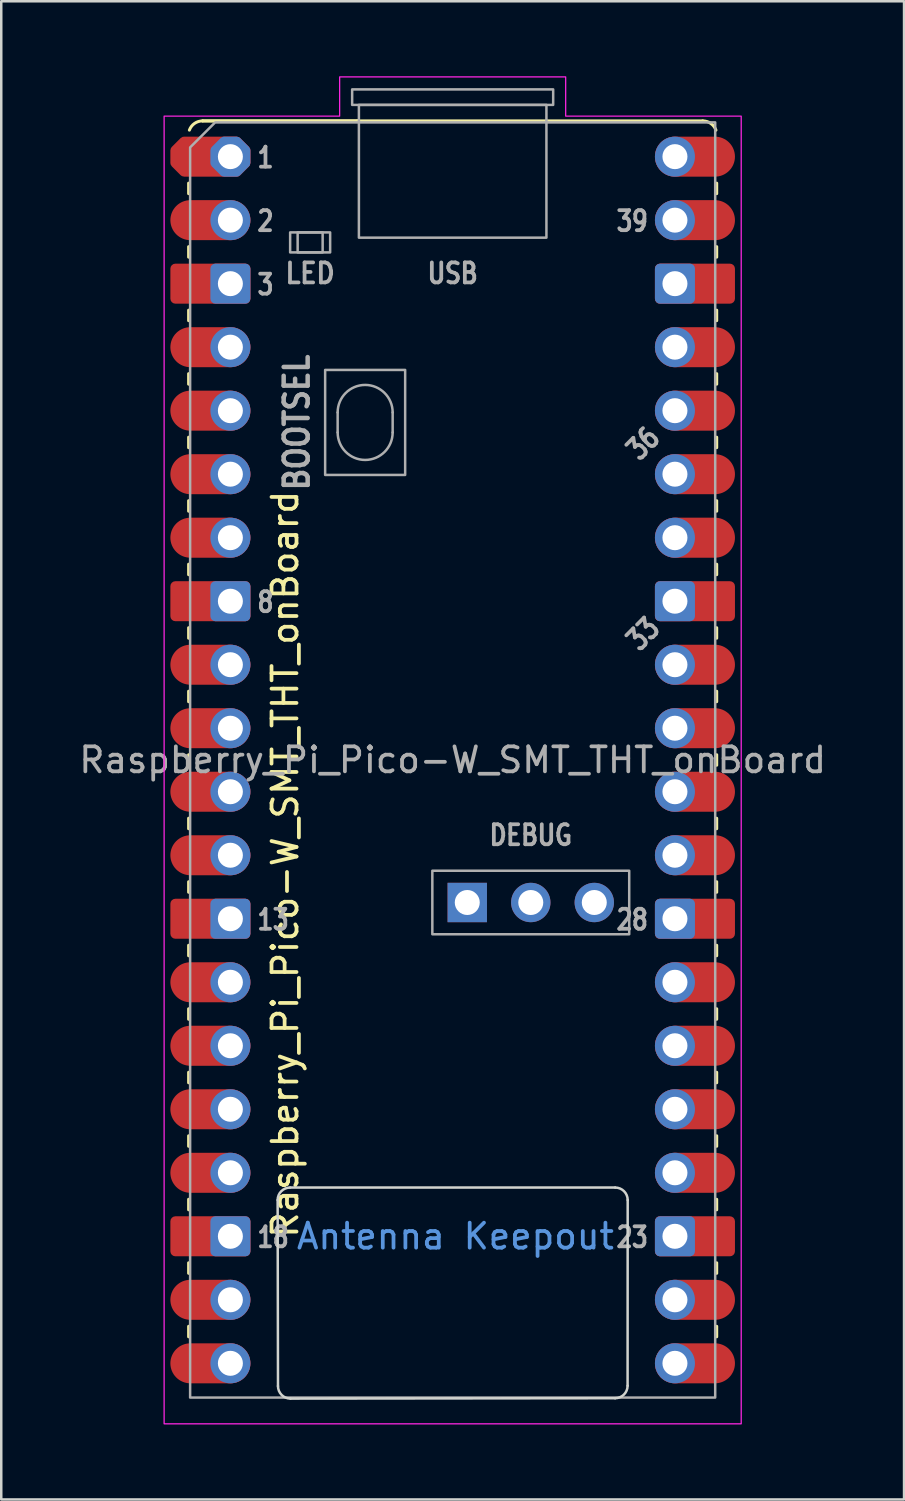
<source format=kicad_pcb>
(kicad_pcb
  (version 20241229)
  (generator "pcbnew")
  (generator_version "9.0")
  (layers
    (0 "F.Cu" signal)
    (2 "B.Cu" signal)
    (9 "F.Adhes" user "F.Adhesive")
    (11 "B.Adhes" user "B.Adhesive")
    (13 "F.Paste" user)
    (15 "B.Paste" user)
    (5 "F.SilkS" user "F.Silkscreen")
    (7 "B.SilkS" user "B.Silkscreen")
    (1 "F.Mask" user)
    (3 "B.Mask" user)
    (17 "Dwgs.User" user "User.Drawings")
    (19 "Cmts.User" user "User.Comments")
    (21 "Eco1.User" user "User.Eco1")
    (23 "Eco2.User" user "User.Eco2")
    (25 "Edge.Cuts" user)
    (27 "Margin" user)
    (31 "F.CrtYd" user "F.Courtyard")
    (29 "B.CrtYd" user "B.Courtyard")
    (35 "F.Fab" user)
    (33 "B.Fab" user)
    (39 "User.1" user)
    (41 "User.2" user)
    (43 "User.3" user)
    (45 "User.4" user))
  (footprint "Raspberry_Pi_Pico-W_SMT_THT_onBoard"
    (layer "F.Cu")
    (at 6.164 3.215)
    (property "Reference" "Raspberry_Pi_Pico-W_SMT_THT_onBoard" (at 2.19 28.3 270) (layer "F.SilkS") (effects (font (size 1 1) (thickness 0.15))))
    (attr through_hole)
    (fp_line (start -1.67 1.06) (end -1.67 1.48) (stroke (width 0.12) (type solid)) (layer "F.SilkS"))
    (fp_line (start -1.67 3.6) (end -1.67 4.02) (stroke (width 0.12) (type solid)) (layer "F.SilkS"))
    (fp_line (start -1.67 6.14) (end -1.67 6.56) (stroke (width 0.12) (type solid)) (layer "F.SilkS"))
    (fp_line (start -1.67 8.68) (end -1.67 9.1) (stroke (width 0.12) (type solid)) (layer "F.SilkS"))
    (fp_line (start -1.67 11.22) (end -1.67 11.64) (stroke (width 0.12) (type solid)) (layer "F.SilkS"))
    (fp_line (start -1.67 13.76) (end -1.67 14.18) (stroke (width 0.12) (type solid)) (layer "F.SilkS"))
    (fp_line (start -1.67 16.3) (end -1.67 16.72) (stroke (width 0.12) (type solid)) (layer "F.SilkS"))
    (fp_line (start -1.67 18.84) (end -1.67 19.26) (stroke (width 0.12) (type solid)) (layer "F.SilkS"))
    (fp_line (start -1.67 21.38) (end -1.67 21.8) (stroke (width 0.12) (type solid)) (layer "F.SilkS"))
    (fp_line (start -1.67 23.92) (end -1.67 24.34) (stroke (width 0.12) (type solid)) (layer "F.SilkS"))
    (fp_line (start -1.67 26.46) (end -1.67 26.88) (stroke (width 0.12) (type solid)) (layer "F.SilkS"))
    (fp_line (start -1.67 29) (end -1.67 29.42) (stroke (width 0.12) (type solid)) (layer "F.SilkS"))
    (fp_line (start -1.67 31.54) (end -1.67 31.96) (stroke (width 0.12) (type solid)) (layer "F.SilkS"))
    (fp_line (start -1.67 34.08) (end -1.67 34.5) (stroke (width 0.12) (type solid)) (layer "F.SilkS"))
    (fp_line (start -1.67 36.62) (end -1.67 37.04) (stroke (width 0.12) (type solid)) (layer "F.SilkS"))
    (fp_line (start -1.67 39.16) (end -1.67 39.58) (stroke (width 0.12) (type solid)) (layer "F.SilkS"))
    (fp_line (start -1.67 41.7) (end -1.67 42.12) (stroke (width 0.12) (type solid)) (layer "F.SilkS"))
    (fp_line (start -1.67 44.24) (end -1.67 44.66) (stroke (width 0.12) (type solid)) (layer "F.SilkS"))
    (fp_line (start -1.67 46.78) (end -1.67 47.2) (stroke (width 0.12) (type solid)) (layer "F.SilkS"))
    (fp_line (start -1.11 -1.43) (end 5.08 -1.43) (stroke (width 0.12) (type solid)) (layer "F.SilkS"))
    (fp_line (start 5.08 -1.43) (end -1.11 -1.43) (stroke (width 0.12) (type solid)) (layer "F.SilkS"))
    (fp_line (start 18.89 -1.43) (end 5.08 -1.43) (stroke (width 0.12) (type solid)) (layer "F.SilkS"))
    (fp_line (start 19.45 1.06) (end 19.45 1.48) (stroke (width 0.12) (type solid)) (layer "F.SilkS"))
    (fp_line (start 19.45 3.6) (end 19.45 4.02) (stroke (width 0.12) (type solid)) (layer "F.SilkS"))
    (fp_line (start 19.45 6.14) (end 19.45 6.56) (stroke (width 0.12) (type solid)) (layer "F.SilkS"))
    (fp_line (start 19.45 8.68) (end 19.45 9.1) (stroke (width 0.12) (type solid)) (layer "F.SilkS"))
    (fp_line (start 19.45 11.22) (end 19.45 11.64) (stroke (width 0.12) (type solid)) (layer "F.SilkS"))
    (fp_line (start 19.45 13.76) (end 19.45 14.18) (stroke (width 0.12) (type solid)) (layer "F.SilkS"))
    (fp_line (start 19.45 16.3) (end 19.45 16.72) (stroke (width 0.12) (type solid)) (layer "F.SilkS"))
    (fp_line (start 19.45 18.84) (end 19.45 19.26) (stroke (width 0.12) (type solid)) (layer "F.SilkS"))
    (fp_line (start 19.45 21.38) (end 19.45 21.8) (stroke (width 0.12) (type solid)) (layer "F.SilkS"))
    (fp_line (start 19.45 23.92) (end 19.45 24.34) (stroke (width 0.12) (type solid)) (layer "F.SilkS"))
    (fp_line (start 19.45 26.46) (end 19.45 26.88) (stroke (width 0.12) (type solid)) (layer "F.SilkS"))
    (fp_line (start 19.45 29) (end 19.45 29.42) (stroke (width 0.12) (type solid)) (layer "F.SilkS"))
    (fp_line (start 19.45 31.54) (end 19.45 31.96) (stroke (width 0.12) (type solid)) (layer "F.SilkS"))
    (fp_line (start 19.45 34.08) (end 19.45 34.5) (stroke (width 0.12) (type solid)) (layer "F.SilkS"))
    (fp_line (start 19.45 36.62) (end 19.45 37.04) (stroke (width 0.12) (type solid)) (layer "F.SilkS"))
    (fp_line (start 19.45 39.16) (end 19.45 39.58) (stroke (width 0.12) (type solid)) (layer "F.SilkS"))
    (fp_line (start 19.45 41.7) (end 19.45 42.12) (stroke (width 0.12) (type solid)) (layer "F.SilkS"))
    (fp_line (start 19.45 44.24) (end 19.45 44.66) (stroke (width 0.12) (type solid)) (layer "F.SilkS"))
    (fp_line (start 19.45 46.78) (end 19.45 47.2) (stroke (width 0.12) (type solid)) (layer "F.SilkS"))
    (fp_arc (start -1.64 -1.06) (mid -1.433508 -1.328808) (end -1.11 -1.43) (stroke (width 0.12) (type solid)) (layer "F.SilkS"))
    (fp_arc (start 18.89 -1.43) (mid 19.213508 -1.328809) (end 19.42 -1.06) (stroke (width 0.12) (type solid)) (layer "F.SilkS"))
    (fp_line (start 1.904 49.171) (end 1.89 41.73) (stroke (width 0.1) (type solid)) (layer "Edge.Cuts"))
    (fp_line (start 2.39 41.23) (end 15.39 41.23) (stroke (width 0.1) (type solid)) (layer "Edge.Cuts"))
    (fp_line (start 2.404 49.671) (end 15.386 49.656) (stroke (width 0.1) (type solid)) (layer "Edge.Cuts"))
    (fp_line (start 15.89 41.73) (end 15.886 49.156) (stroke (width 0.1) (type solid)) (layer "Edge.Cuts"))
    (fp_arc (start 1.89 41.73) (mid 2.036447 41.376447) (end 2.39 41.23) (stroke (width 0.1) (type solid)) (layer "Edge.Cuts"))
    (fp_arc (start 2.403553 49.671447) (mid 2.05 49.525) (end 1.903553 49.171447) (stroke (width 0.1) (type solid)) (layer "Edge.Cuts"))
    (fp_arc (start 15.39 41.23) (mid 15.743553 41.376447) (end 15.89 41.73) (stroke (width 0.1) (type solid)) (layer "Edge.Cuts"))
    (fp_arc (start 15.886447 49.156447) (mid 15.74 49.51) (end 15.386447 49.656447) (stroke (width 0.1) (type solid)) (layer "Edge.Cuts"))
    (fp_poly (pts (xy 13.41 -1.62) (xy 20.43 -1.62) (xy 20.43 50.68) (xy -2.65 50.68) (xy -2.65 -1.62) (xy 4.37 -1.62) (xy 4.37 -3.19) (xy 13.41 -3.19)) (stroke (width 0.05) (type solid)) (fill no) (layer "F.CrtYd"))
    (fp_line (start 4.29 10.23) (end 4.29 11.03) (stroke (width 0.1) (type solid)) (layer "F.Fab"))
    (fp_line (start 6.49 10.23) (end 6.49 11.03) (stroke (width 0.1) (type solid)) (layer "F.Fab"))
    (fp_rect (start 2.39 3.03) (end 3.99 3.83) (stroke (width 0.1) (type solid)) (fill no) (layer "F.Fab"))
    (fp_rect (start 2.69 3.03) (end 3.69 3.83) (stroke (width 0.1) (type solid)) (fill no) (layer "F.Fab"))
    (fp_rect (start 3.79 8.53) (end 6.99 12.73) (stroke (width 0.1) (type solid)) (fill no) (layer "F.Fab"))
    (fp_rect (start 4.87 -2.69) (end 12.91 -2.07) (stroke (width 0.1) (type solid)) (fill no) (layer "F.Fab"))
    (fp_rect (start 5.14 -2.07) (end 12.64 3.24) (stroke (width 0.1) (type solid)) (fill no) (layer "F.Fab"))
    (fp_rect (start 8.077 28.56) (end 15.951 31.1) (stroke (width 0.1) (type solid)) (fill no) (layer "F.Fab"))
    (fp_arc (start 4.29 10.23) (mid 5.39 9.13) (end 6.49 10.23) (stroke (width 0.1) (type solid)) (layer "F.Fab"))
    (fp_arc (start 6.49 11.03) (mid 5.39 12.13) (end 4.29 11.03) (stroke (width 0.1) (type solid)) (layer "F.Fab"))
    (fp_poly (pts (xy 19.39 49.63) (xy -1.61 49.63) (xy -1.61 -0.37) (xy -0.61 -1.37) (xy 19.39 -1.37)) (stroke (width 0.1) (type solid)) (fill no) (layer "F.Fab"))
    (fp_text user "Antenna Keepout" (at 9 43.18 0) (unlocked yes) (layer "Cmts.User") (effects (font (size 1 1) (thickness 0.15))))
    (fp_text user "DEBUG" (at 12.014 27.138 0) (unlocked yes) (layer "F.Fab") (effects (font (size 0.8 0.66) (thickness 0.15))))
    (fp_text user "36" (at 16.51 11.468 45) (unlocked yes) (layer "F.Fab") (effects (font (size 0.8 0.64) (thickness 0.15))))
    (fp_text user "18" (at 1 43.218 0) (unlocked yes) (layer "F.Fab") (effects (font (size 0.8 0.64) (thickness 0.15)) (justify left)))
    (fp_text user "33" (at 16.51 19.088 45) (unlocked yes) (layer "F.Fab") (effects (font (size 0.8 0.64) (thickness 0.15))))
    (fp_text user "2" (at 1 2.578 0) (unlocked yes) (layer "F.Fab") (effects (font (size 0.8 0.64) (thickness 0.15)) (justify left)))
    (fp_text user "USB" (at 8.89 4.668 0) (unlocked yes) (layer "F.Fab") (effects (font (size 0.8 0.66) (thickness 0.15))))
    (fp_text user "28" (at 16.78 30.518 0) (unlocked yes) (layer "F.Fab") (effects (font (size 0.8 0.64) (thickness 0.15)) (justify right)))
    (fp_text user "LED" (at 3.19 4.668 0) (unlocked yes) (layer "F.Fab") (effects (font (size 0.8 0.72) (thickness 0.15))))
    (fp_text user "1" (at 1 0.038 0) (unlocked yes) (layer "F.Fab") (effects (font (size 0.8 0.64) (thickness 0.15)) (justify left)))
    (fp_text user "${REFERENCE}" (at 8.89 24.13 0) (unlocked yes) (layer "F.Fab") (effects (font (size 1 1) (thickness 0.15))))
    (fp_text user "23" (at 16.78 43.218 0) (unlocked yes) (layer "F.Fab") (effects (font (size 0.8 0.64) (thickness 0.15)) (justify right)))
    (fp_text user "BOOTSEL" (at 2.656 10.63 90) (unlocked yes) (layer "F.Fab") (effects (font (size 0.96 0.825) (thickness 0.18))))
    (fp_text user "13" (at 1 30.518 0) (unlocked yes) (layer "F.Fab") (effects (font (size 0.8 0.64) (thickness 0.15)) (justify left)))
    (fp_text user "8" (at 1 17.818 0) (unlocked yes) (layer "F.Fab") (effects (font (size 0.8 0.64) (thickness 0.15)) (justify left)))
    (fp_text user "3" (at 1 5.118 0) (unlocked yes) (layer "F.Fab") (effects (font (size 0.8 0.64) (thickness 0.15)) (justify left)))
    (fp_text user "39" (at 16.78 2.578 0) (unlocked yes) (layer "F.Fab") (effects (font (size 0.8 0.64) (thickness 0.15)) (justify right)))
    (pad "1" smd custom (at -1.6 0) (size 1.6 1.6) (layers "F.Cu" "F.Mask") (options (anchor circle)) (primitives (gr_poly (pts (xy 2.2 0.249) (xy 1.849 0.6) (xy -0.249 0.6) (xy -0.6 0.249) (xy -0.6 -0.249) (xy -0.249 -0.6) (xy 1.849 -0.6) (xy 2.2 -0.249)) (width 0.4) (fill yes))))
    (pad "1" thru_hole custom (at 0 0) (size 1.6 1.6) (drill 1) (layers "*.Cu" "*.Mask") (options (anchor circle)) (primitives (gr_poly (pts (xy 0.6 0.249) (xy 0.249 0.6) (xy -0.249 0.6) (xy -0.6 0.249) (xy -0.6 -0.249) (xy -0.249 -0.6) (xy 0.249 -0.6) (xy 0.6 -0.249)) (width 0.4) (fill yes))))
    (pad "2" smd oval (at -1.6 2.54) (size 3.2 1.6) (drill (offset 0.8 0)) (layers "F.Cu" "F.Mask"))
    (pad "2" thru_hole circle (at 0 2.54) (size 1.6 1.6) (drill 1) (layers "*.Cu" "*.Mask"))
    (pad "3" smd roundrect (at -1.6 5.08) (size 3.2 1.6) (drill (offset 0.8 0)) (layers "F.Cu" "F.Mask") (roundrect_rratio 0.125))
    (pad "3" thru_hole roundrect (at 0 5.08) (size 1.6 1.6) (drill 1) (layers "*.Cu" "*.Mask") (roundrect_rratio 0.125))
    (pad "4" smd oval (at -1.6 7.62) (size 3.2 1.6) (drill (offset 0.8 0)) (layers "F.Cu" "F.Mask"))
    (pad "4" thru_hole circle (at 0 7.62) (size 1.6 1.6) (drill 1) (layers "*.Cu" "*.Mask"))
    (pad "5" smd oval (at -1.6 10.16) (size 3.2 1.6) (drill (offset 0.8 0)) (layers "F.Cu" "F.Mask"))
    (pad "5" thru_hole circle (at 0 10.16) (size 1.6 1.6) (drill 1) (layers "*.Cu" "*.Mask"))
    (pad "6" smd oval (at -1.6 12.7) (size 3.2 1.6) (drill (offset 0.8 0)) (layers "F.Cu" "F.Mask"))
    (pad "6" thru_hole circle (at 0 12.7) (size 1.6 1.6) (drill 1) (layers "*.Cu" "*.Mask"))
    (pad "7" smd oval (at -1.6 15.24) (size 3.2 1.6) (drill (offset 0.8 0)) (layers "F.Cu" "F.Mask"))
    (pad "7" thru_hole circle (at 0 15.24) (size 1.6 1.6) (drill 1) (layers "*.Cu" "*.Mask"))
    (pad "8" smd roundrect (at -1.6 17.78) (size 3.2 1.6) (drill (offset 0.8 0)) (layers "F.Cu" "F.Mask") (roundrect_rratio 0.125))
    (pad "8" thru_hole roundrect (at 0 17.78) (size 1.6 1.6) (drill 1) (layers "*.Cu" "*.Mask") (roundrect_rratio 0.125))
    (pad "9" smd oval (at -1.6 20.32) (size 3.2 1.6) (drill (offset 0.8 0)) (layers "F.Cu" "F.Mask"))
    (pad "9" thru_hole circle (at 0 20.32) (size 1.6 1.6) (drill 1) (layers "*.Cu" "*.Mask"))
    (pad "10" smd oval (at -1.6 22.86) (size 3.2 1.6) (drill (offset 0.8 0)) (layers "F.Cu" "F.Mask"))
    (pad "10" thru_hole circle (at 0 22.86) (size 1.6 1.6) (drill 1) (layers "*.Cu" "*.Mask"))
    (pad "11" smd oval (at -1.6 25.4) (size 3.2 1.6) (drill (offset 0.8 0)) (layers "F.Cu" "F.Mask"))
    (pad "11" thru_hole circle (at 0 25.4) (size 1.6 1.6) (drill 1) (layers "*.Cu" "*.Mask"))
    (pad "12" smd oval (at -1.6 27.94) (size 3.2 1.6) (drill (offset 0.8 0)) (layers "F.Cu" "F.Mask"))
    (pad "12" thru_hole circle (at 0 27.94) (size 1.6 1.6) (drill 1) (layers "*.Cu" "*.Mask"))
    (pad "13" smd roundrect (at -1.6 30.48) (size 3.2 1.6) (drill (offset 0.8 0)) (layers "F.Cu" "F.Mask") (roundrect_rratio 0.125))
    (pad "13" thru_hole roundrect (at 0 30.48) (size 1.6 1.6) (drill 1) (layers "*.Cu" "*.Mask") (roundrect_rratio 0.125))
    (pad "14" smd oval (at -1.6 33.02) (size 3.2 1.6) (drill (offset 0.8 0)) (layers "F.Cu" "F.Mask"))
    (pad "14" thru_hole circle (at 0 33.02) (size 1.6 1.6) (drill 1) (layers "*.Cu" "*.Mask"))
    (pad "15" smd oval (at -1.6 35.56) (size 3.2 1.6) (drill (offset 0.8 0)) (layers "F.Cu" "F.Mask"))
    (pad "15" thru_hole circle (at 0 35.56) (size 1.6 1.6) (drill 1) (layers "*.Cu" "*.Mask"))
    (pad "16" smd oval (at -1.6 38.1) (size 3.2 1.6) (drill (offset 0.8 0)) (layers "F.Cu" "F.Mask"))
    (pad "16" thru_hole circle (at 0 38.1) (size 1.6 1.6) (drill 1) (layers "*.Cu" "*.Mask"))
    (pad "17" smd oval (at -1.6 40.64) (size 3.2 1.6) (drill (offset 0.8 0)) (layers "F.Cu" "F.Mask"))
    (pad "17" thru_hole circle (at 0 40.64) (size 1.6 1.6) (drill 1) (layers "*.Cu" "*.Mask"))
    (pad "18" smd roundrect (at -1.6 43.18) (size 3.2 1.6) (drill (offset 0.8 0)) (layers "F.Cu" "F.Mask") (roundrect_rratio 0.125))
    (pad "18" thru_hole roundrect (at 0 43.18) (size 1.6 1.6) (drill 1) (layers "*.Cu" "*.Mask") (roundrect_rratio 0.125))
    (pad "19" smd oval (at -1.6 45.72) (size 3.2 1.6) (drill (offset 0.8 0)) (layers "F.Cu" "F.Mask"))
    (pad "19" thru_hole circle (at 0 45.72) (size 1.6 1.6) (drill 1) (layers "*.Cu" "*.Mask"))
    (pad "20" smd oval (at -1.6 48.26) (size 3.2 1.6) (drill (offset 0.8 0)) (layers "F.Cu" "F.Mask"))
    (pad "20" thru_hole circle (at 0 48.26) (size 1.6 1.6) (drill 1) (layers "*.Cu" "*.Mask"))
    (pad "21" thru_hole circle (at 17.78 48.26) (size 1.6 1.6) (drill 1) (layers "*.Cu" "*.Mask"))
    (pad "21" smd oval (at 19.38 48.26) (size 3.2 1.6) (drill (offset -0.8 0)) (layers "F.Cu" "F.Mask"))
    (pad "22" thru_hole circle (at 17.78 45.72) (size 1.6 1.6) (drill 1) (layers "*.Cu" "*.Mask"))
    (pad "22" smd oval (at 19.38 45.72) (size 3.2 1.6) (drill (offset -0.8 0)) (layers "F.Cu" "F.Mask"))
    (pad "23" thru_hole roundrect (at 17.78 43.18) (size 1.6 1.6) (drill 1) (layers "*.Cu" "*.Mask") (roundrect_rratio 0.125))
    (pad "23" smd roundrect (at 19.38 43.18) (size 3.2 1.6) (drill (offset -0.8 0)) (layers "F.Cu" "F.Mask") (roundrect_rratio 0.125))
    (pad "24" thru_hole circle (at 17.78 40.64) (size 1.6 1.6) (drill 1) (layers "*.Cu" "*.Mask"))
    (pad "24" smd oval (at 19.38 40.64) (size 3.2 1.6) (drill (offset -0.8 0)) (layers "F.Cu" "F.Mask"))
    (pad "25" thru_hole circle (at 17.78 38.1) (size 1.6 1.6) (drill 1) (layers "*.Cu" "*.Mask"))
    (pad "25" smd oval (at 19.38 38.1) (size 3.2 1.6) (drill (offset -0.8 0)) (layers "F.Cu" "F.Mask"))
    (pad "26" thru_hole circle (at 17.78 35.56) (size 1.6 1.6) (drill 1) (layers "*.Cu" "*.Mask"))
    (pad "26" smd oval (at 19.38 35.56) (size 3.2 1.6) (drill (offset -0.8 0)) (layers "F.Cu" "F.Mask"))
    (pad "27" thru_hole circle (at 17.78 33.02) (size 1.6 1.6) (drill 1) (layers "*.Cu" "*.Mask"))
    (pad "27" smd oval (at 19.38 33.02) (size 3.2 1.6) (drill (offset -0.8 0)) (layers "F.Cu" "F.Mask"))
    (pad "28" thru_hole roundrect (at 17.78 30.48) (size 1.6 1.6) (drill 1) (layers "*.Cu" "*.Mask") (roundrect_rratio 0.125))
    (pad "28" smd roundrect (at 19.38 30.48) (size 3.2 1.6) (drill (offset -0.8 0)) (layers "F.Cu" "F.Mask") (roundrect_rratio 0.125))
    (pad "29" thru_hole circle (at 17.78 27.94) (size 1.6 1.6) (drill 1) (layers "*.Cu" "*.Mask"))
    (pad "29" smd oval (at 19.38 27.94) (size 3.2 1.6) (drill (offset -0.8 0)) (layers "F.Cu" "F.Mask"))
    (pad "30" thru_hole circle (at 17.78 25.4) (size 1.6 1.6) (drill 1) (layers "*.Cu" "*.Mask"))
    (pad "30" smd oval (at 19.38 25.4) (size 3.2 1.6) (drill (offset -0.8 0)) (layers "F.Cu" "F.Mask"))
    (pad "31" thru_hole circle (at 17.78 22.86) (size 1.6 1.6) (drill 1) (layers "*.Cu" "*.Mask"))
    (pad "31" smd oval (at 19.38 22.86) (size 3.2 1.6) (drill (offset -0.8 0)) (layers "F.Cu" "F.Mask"))
    (pad "32" thru_hole circle (at 17.78 20.32) (size 1.6 1.6) (drill 1) (layers "*.Cu" "*.Mask"))
    (pad "32" smd oval (at 19.38 20.32) (size 3.2 1.6) (drill (offset -0.8 0)) (layers "F.Cu" "F.Mask"))
    (pad "33" thru_hole roundrect (at 17.78 17.78) (size 1.6 1.6) (drill 1) (layers "*.Cu" "*.Mask") (roundrect_rratio 0.125))
    (pad "33" smd roundrect (at 19.38 17.78) (size 3.2 1.6) (drill (offset -0.8 0)) (layers "F.Cu" "F.Mask") (roundrect_rratio 0.125))
    (pad "34" thru_hole circle (at 17.78 15.24) (size 1.6 1.6) (drill 1) (layers "*.Cu" "*.Mask"))
    (pad "34" smd oval (at 19.38 15.24) (size 3.2 1.6) (drill (offset -0.8 0)) (layers "F.Cu" "F.Mask"))
    (pad "35" thru_hole circle (at 17.78 12.7) (size 1.6 1.6) (drill 1) (layers "*.Cu" "*.Mask"))
    (pad "35" smd oval (at 19.38 12.7) (size 3.2 1.6) (drill (offset -0.8 0)) (layers "F.Cu" "F.Mask"))
    (pad "36" thru_hole circle (at 17.78 10.16) (size 1.6 1.6) (drill 1) (layers "*.Cu" "*.Mask"))
    (pad "36" smd oval (at 19.38 10.16) (size 3.2 1.6) (drill (offset -0.8 0)) (layers "F.Cu" "F.Mask"))
    (pad "37" thru_hole circle (at 17.78 7.62) (size 1.6 1.6) (drill 1) (layers "*.Cu" "*.Mask"))
    (pad "37" smd oval (at 19.38 7.62) (size 3.2 1.6) (drill (offset -0.8 0)) (layers "F.Cu" "F.Mask"))
    (pad "38" thru_hole roundrect (at 17.78 5.08) (size 1.6 1.6) (drill 1) (layers "*.Cu" "*.Mask") (roundrect_rratio 0.125))
    (pad "38" smd roundrect (at 19.38 5.08) (size 3.2 1.6) (drill (offset -0.8 0)) (layers "F.Cu" "F.Mask") (roundrect_rratio 0.125))
    (pad "39" thru_hole circle (at 17.78 2.54) (size 1.6 1.6) (drill 1) (layers "*.Cu" "*.Mask"))
    (pad "39" smd oval (at 19.38 2.54) (size 3.2 1.6) (drill (offset -0.8 0)) (layers "F.Cu" "F.Mask"))
    (pad "40" thru_hole circle (at 17.78 0) (size 1.6 1.6) (drill 1) (layers "*.Cu" "*.Mask"))
    (pad "40" smd oval (at 19.38 0) (size 3.2 1.6) (drill (offset -0.8 0)) (layers "F.Cu" "F.Mask"))
    (pad "41" thru_hole rect (at 9.474 29.83) (size 1.575 1.575) (drill 1) (layers "*.Cu" "*.Mask"))
    (pad "42" thru_hole circle (at 12.014 29.83) (size 1.575 1.575) (drill 1) (layers "*.Cu" "*.Mask"))
    (pad "43" thru_hole circle (at 14.554 29.83) (size 1.575 1.575) (drill 1) (layers "*.Cu" "*.Mask"))
    (zone (net_name "") (layer "F.Cu") (name "Test Point Keepout") (hatch full 0.508) (connect_pads) (min_thickness 0.254) (filled_areas_thickness no) (keepout (tracks not_allowed) (vias not_allowed) (pads allowed) (copperpour not_allowed) (footprints allowed)) (placement (enabled no)) (fill) (polygon (pts (xy 13.604 10.895) (xy 11.504 10.895) (xy 11.504 8.795) (xy 13.604 8.795))))
    (zone (net_name "") (layer "F.Cu") (name "Test Point Keepout") (hatch full 0.508) (connect_pads) (min_thickness 0.254) (filled_areas_thickness no) (keepout (tracks not_allowed) (vias not_allowed) (pads allowed) (copperpour not_allowed) (footprints allowed)) (placement (enabled no)) (fill) (polygon (pts (xy 13.604 13.395) (xy 11.504 13.395) (xy 11.504 11.295) (xy 13.604 11.295))))
    (zone (net_name "") (layer "F.Cu") (name "Test Point Keepout") (hatch full 0.508) (connect_pads) (min_thickness 0.254) (filled_areas_thickness no) (keepout (tracks not_allowed) (vias not_allowed) (pads allowed) (copperpour not_allowed) (footprints allowed)) (placement (enabled no)) (fill) (polygon (pts (xy 13.604 15.895) (xy 11.504 15.895) (xy 11.504 13.795) (xy 13.604 13.795))))
    (zone (net_name "") (layer "F.Cu") (name "Test Point Keepout") (hatch full 0.508) (connect_pads) (min_thickness 0.254) (filled_areas_thickness no) (keepout (tracks not_allowed) (vias not_allowed) (pads allowed) (copperpour not_allowed) (footprints allowed)) (placement (enabled no)) (fill) (polygon (pts (xy 16.104 7.395) (xy 14.004 7.395) (xy 14.004 5.295) (xy 16.104 5.295))))
    (zone (net_name "") (layer "F.Cu") (name "Test Point Keepout") (hatch full 0.508) (connect_pads) (min_thickness 0.254) (filled_areas_thickness no) (keepout (tracks not_allowed) (vias not_allowed) (pads allowed) (copperpour not_allowed) (footprints allowed)) (placement (enabled no)) (fill) (polygon (pts (xy 17.104 4.095) (xy 13.004 4.095) (xy 13.004 1.995) (xy 17.104 1.995))))
    (zone (net_name "") (layers "F.Cu" "F.Mask" "B.Cu" "B.Mask" "F.SilkS" "B.SilkS" "F.Adhes" "B.Adhes" "F.Paste" "B.Paste") (name "Antenna Keepout") (hatch full 0.508) (connect_pads) (min_thickness 0.254) (filled_areas_thickness no) (keepout (tracks not_allowed) (vias not_allowed) (pads not_allowed) (copperpour not_allowed) (footprints not_allowed)) (placement (enabled no)) (fill) (polygon (pts (xy 22.054 52.845) (xy 8.054 52.845) (xy 8.054 44.445) (xy 22.054 44.445)))))
  (gr_rect
    (start -3 -3)
    (end 33.107 56.92)
    (stroke (width 0.1) (type default))
    (fill no)
    (layer "Edge.Cuts")))
</source>
